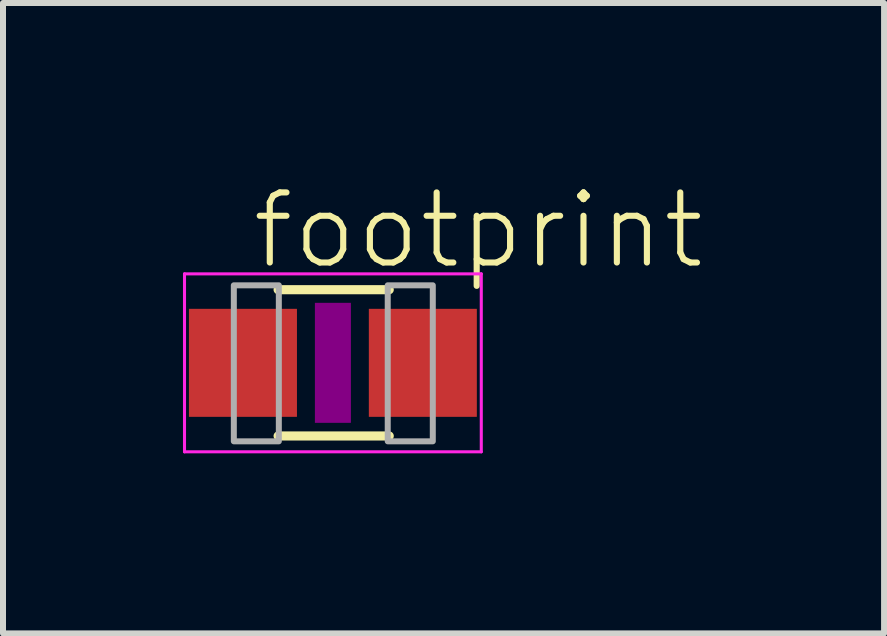
<source format=kicad_pcb>
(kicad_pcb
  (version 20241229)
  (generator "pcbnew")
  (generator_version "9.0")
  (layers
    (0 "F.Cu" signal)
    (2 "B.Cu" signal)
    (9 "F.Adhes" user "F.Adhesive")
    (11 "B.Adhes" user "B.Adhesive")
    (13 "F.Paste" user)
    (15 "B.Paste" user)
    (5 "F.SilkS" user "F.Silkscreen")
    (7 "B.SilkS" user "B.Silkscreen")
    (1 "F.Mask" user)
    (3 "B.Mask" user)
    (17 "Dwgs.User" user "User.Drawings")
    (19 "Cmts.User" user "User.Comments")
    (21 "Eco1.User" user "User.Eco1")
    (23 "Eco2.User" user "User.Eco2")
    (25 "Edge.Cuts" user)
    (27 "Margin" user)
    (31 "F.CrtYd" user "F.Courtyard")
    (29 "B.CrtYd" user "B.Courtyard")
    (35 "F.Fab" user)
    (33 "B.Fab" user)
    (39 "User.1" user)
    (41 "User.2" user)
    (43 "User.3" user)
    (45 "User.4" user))
  (footprint "footprint"
    (layer "F.Cu")
    (at 2.498 2.997)
    (property "Reference" "footprint" (at -1.397 -1.524 0) (layer "F.SilkS") (effects (font (size 1.168 1.168) (thickness 0.102)) (justify left bottom)))
    (fp_line (start -0.913 -1.219) (end 0.939 -1.219) (stroke (width 0.152) (type solid)) (layer "F.SilkS"))
    (fp_line (start -0.913 1.219) (end 0.939 1.219) (stroke (width 0.152) (type solid)) (layer "F.SilkS"))
    (fp_poly (pts (xy -0.3 1) (xy 0.3 1) (xy 0.3 -1) (xy -0.3 -1)) (stroke (width 0) (type solid)) (fill yes) (layer "F.Adhes"))
    (fp_line (start -2.473 -1.483) (end 2.473 -1.483) (stroke (width 0.051) (type solid)) (layer "F.CrtYd"))
    (fp_line (start -2.473 1.483) (end -2.473 -1.483) (stroke (width 0.051) (type solid)) (layer "F.CrtYd"))
    (fp_line (start 2.473 -1.483) (end 2.473 1.483) (stroke (width 0.051) (type solid)) (layer "F.CrtYd"))
    (fp_line (start 2.473 1.483) (end -2.473 1.483) (stroke (width 0.051) (type solid)) (layer "F.CrtYd"))
    (fp_poly (pts (xy -1.651 1.308) (xy -0.901 1.308) (xy -0.901 -1.292) (xy -1.651 -1.292)) (stroke (width 0.1) (type solid)) (fill no) (layer "F.Fab"))
    (fp_poly (pts (xy 0.914 1.308) (xy 1.665 1.308) (xy 1.665 -1.292) (xy 0.914 -1.292)) (stroke (width 0.1) (type solid)) (fill no) (layer "F.Fab"))
    (pad "1" smd rect (at -1.499 0) (size 1.8 1.8) (layers "F.Cu" "F.Mask" "F.Paste"))
    (pad "2" smd rect (at 1.499 0) (size 1.8 1.8) (layers "F.Cu" "F.Mask" "F.Paste")))
  (gr_rect
    (start -3 -3)
    (end 11.684 7.506)
    (stroke (width 0.1) (type default))
    (fill no)
    (layer "Edge.Cuts")))
</source>
